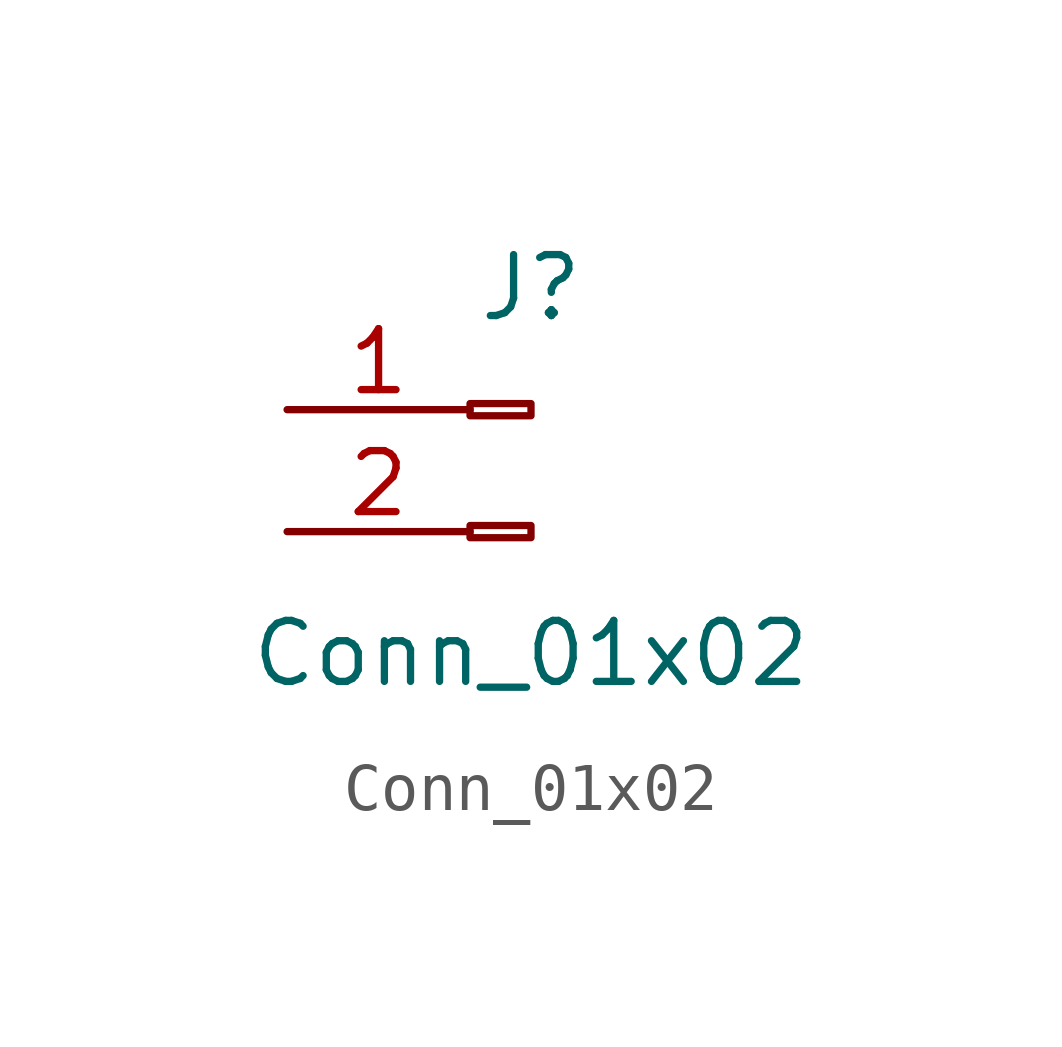
<source format=kicad_sym>
(kicad_symbol_lib
  (version 20231120)
  (generator "kicad_symbol_editor")
  (generator_version "8.0")
  (symbol "Conn_01x02"
    (pin_names
      (offset 1.016) hide)
    (property "Reference" "J"
      (at 0 2.54 0)
      (effects (font (size 1.27 1.27))))
    (property "Value" "Conn_01x02"
      (at 0 -5.08 0)
      (effects (font (size 1.27 1.27))))
    (symbol "Conn_01x02_1_1"
      (rectangle (start -1.27 -2.413) (end 0 -2.667) (stroke (width 0.152) (type default)) (fill (type none)))
      (rectangle (start -1.27 0.127) (end 0 -0.127) (stroke (width 0.152) (type default)) (fill (type none)))
      (pin passive line (at -5.08 0 0) (length 3.81) (name "Pin_1" (effects (font (size 1.27 1.27)))) (number "1" (effects (font (size 1.27 1.27)))))
      (pin passive line (at -5.08 -2.54 0) (length 3.81) (name "Pin_2" (effects (font (size 1.27 1.27)))) (number "2" (effects (font (size 1.27 1.27))))))))
</source>
